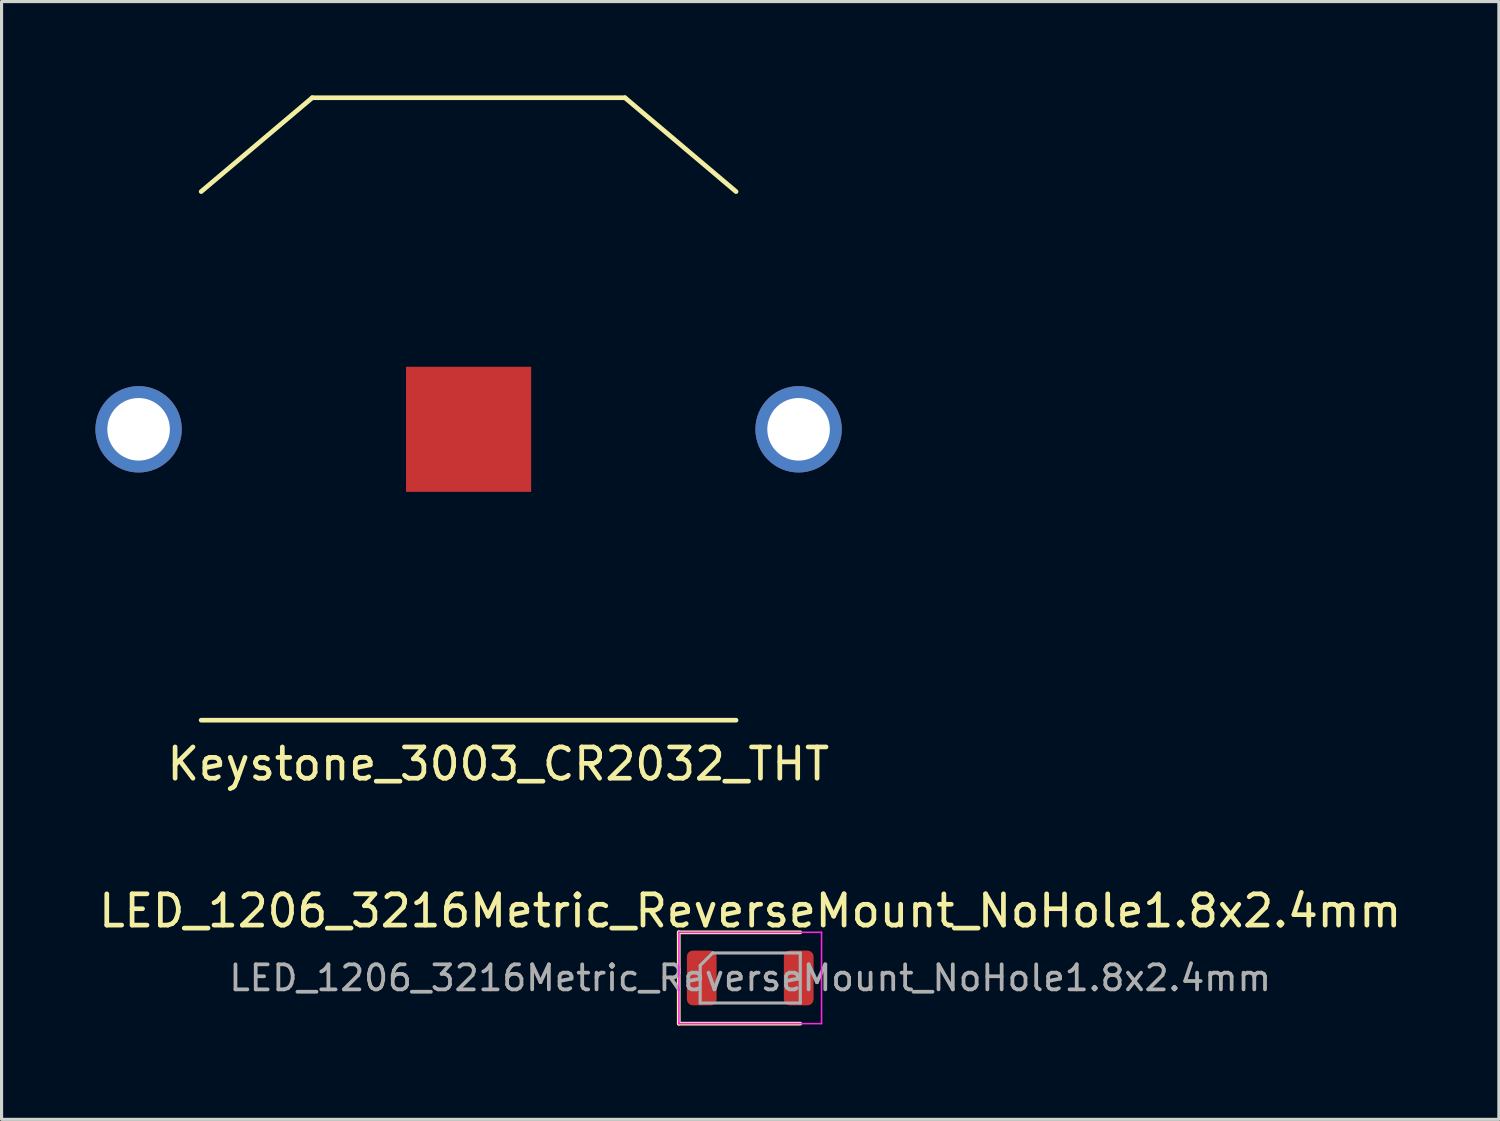
<source format=kicad_pcb>
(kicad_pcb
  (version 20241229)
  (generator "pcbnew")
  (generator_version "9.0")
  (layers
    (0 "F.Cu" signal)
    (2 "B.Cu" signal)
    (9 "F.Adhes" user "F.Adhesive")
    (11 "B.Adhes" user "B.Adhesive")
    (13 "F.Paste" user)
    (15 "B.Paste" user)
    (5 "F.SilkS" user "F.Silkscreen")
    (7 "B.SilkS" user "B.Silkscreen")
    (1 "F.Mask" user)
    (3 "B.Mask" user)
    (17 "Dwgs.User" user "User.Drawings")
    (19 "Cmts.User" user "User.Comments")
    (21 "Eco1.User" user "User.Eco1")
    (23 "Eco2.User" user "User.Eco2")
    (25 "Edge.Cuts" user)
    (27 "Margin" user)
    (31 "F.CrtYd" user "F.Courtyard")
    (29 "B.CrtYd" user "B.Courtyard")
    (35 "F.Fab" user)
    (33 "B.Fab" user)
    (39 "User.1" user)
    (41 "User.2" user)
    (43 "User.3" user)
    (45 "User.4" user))
  (footprint "LED_1206_3216Metric_ReverseMount_NoHole1.8x2.4mm"
    (layer "F.Cu")
    (at 20.935 28.216)
    (property "Reference" "LED_1206_3216Metric_ReverseMount_NoHole1.8x2.4mm" (at 0 -2.145 0) (layer "F.SilkS") (effects (font (size 1 1) (thickness 0.15))))
    (attr smd)
    (fp_circle (center 0 0) (end 0.4 0) (stroke (width 0.9) (type solid)) (fill no) (layer "F.Mask"))
    (fp_line (start -2.285 -1.46) (end -2.285 1.46) (stroke (width 0.12) (type solid)) (layer "F.SilkS"))
    (fp_line (start -2.285 1.46) (end 1.6 1.46) (stroke (width 0.12) (type solid)) (layer "F.SilkS"))
    (fp_line (start 1.6 -1.46) (end -2.285 -1.46) (stroke (width 0.12) (type solid)) (layer "F.SilkS"))
    (fp_line (start -2.28 -1.46) (end 2.28 -1.46) (stroke (width 0.05) (type solid)) (layer "F.CrtYd"))
    (fp_line (start -2.28 1.46) (end -2.28 -1.46) (stroke (width 0.05) (type solid)) (layer "F.CrtYd"))
    (fp_line (start 2.28 -1.46) (end 2.28 1.46) (stroke (width 0.05) (type solid)) (layer "F.CrtYd"))
    (fp_line (start 2.28 1.46) (end -2.28 1.46) (stroke (width 0.05) (type solid)) (layer "F.CrtYd"))
    (fp_line (start -1.6 -0.4) (end -1.6 0.8) (stroke (width 0.1) (type solid)) (layer "F.Fab"))
    (fp_line (start -1.6 0.8) (end 1.6 0.8) (stroke (width 0.1) (type solid)) (layer "F.Fab"))
    (fp_line (start -1.2 -0.8) (end -1.6 -0.4) (stroke (width 0.1) (type solid)) (layer "F.Fab"))
    (fp_line (start 1.6 -0.8) (end -1.2 -0.8) (stroke (width 0.1) (type solid)) (layer "F.Fab"))
    (fp_line (start 1.6 0.8) (end 1.6 -0.8) (stroke (width 0.1) (type solid)) (layer "F.Fab"))
    (fp_text user "${REFERENCE}" (at 0 0 0) (layer "F.Fab") (effects (font (size 0.8 0.8) (thickness 0.12))))
    (pad "1" smd roundrect (at -1.55 0) (size 0.95 1.75) (layers "F.Cu" "F.Mask" "F.Paste") (roundrect_rratio 0.2))
    (pad "2" smd roundrect (at 1.55 0) (size 0.95 1.75) (layers "F.Cu" "F.Mask" "F.Paste") (roundrect_rratio 0.2)))
  (footprint "Keystone_3003_CR2032_THT"
    (layer "F.Cu")
    (at 1.381 10.675)
    (property "Reference" "Keystone_3003_CR2032_THT" (at 11.5 10.7 0) (layer "F.SilkS") (effects (font (size 1 1) (thickness 0.15))))
    (attr through_hole)
    (fp_line (start 2 9.3) (end 19.1 9.3) (stroke (width 0.15) (type solid)) (layer "F.SilkS"))
    (fp_line (start 5.55 -10.6) (end 2 -7.6) (stroke (width 0.15) (type solid)) (layer "F.SilkS"))
    (fp_line (start 5.55 -10.6) (end 15.55 -10.6) (stroke (width 0.15) (type solid)) (layer "F.SilkS"))
    (fp_line (start 15.55 -10.6) (end 19.1 -7.6) (stroke (width 0.15) (type solid)) (layer "F.SilkS"))
    (pad "1" thru_hole circle (at 0 0) (size 2.762 2.762) (drill 2) (layers "*.Cu" "*.Mask"))
    (pad "1" thru_hole circle (at 21.1 0) (size 2.762 2.762) (drill 2) (layers "*.Cu" "*.Mask"))
    (pad "2" smd rect (at 10.55 0) (size 4 4) (layers "F.Cu" "F.Mask" "F.Paste")))
  (gr_rect
    (start -3 -3)
    (end 44.869 32.736)
    (stroke (width 0.1) (type default))
    (fill no)
    (layer "Edge.Cuts")))
</source>
